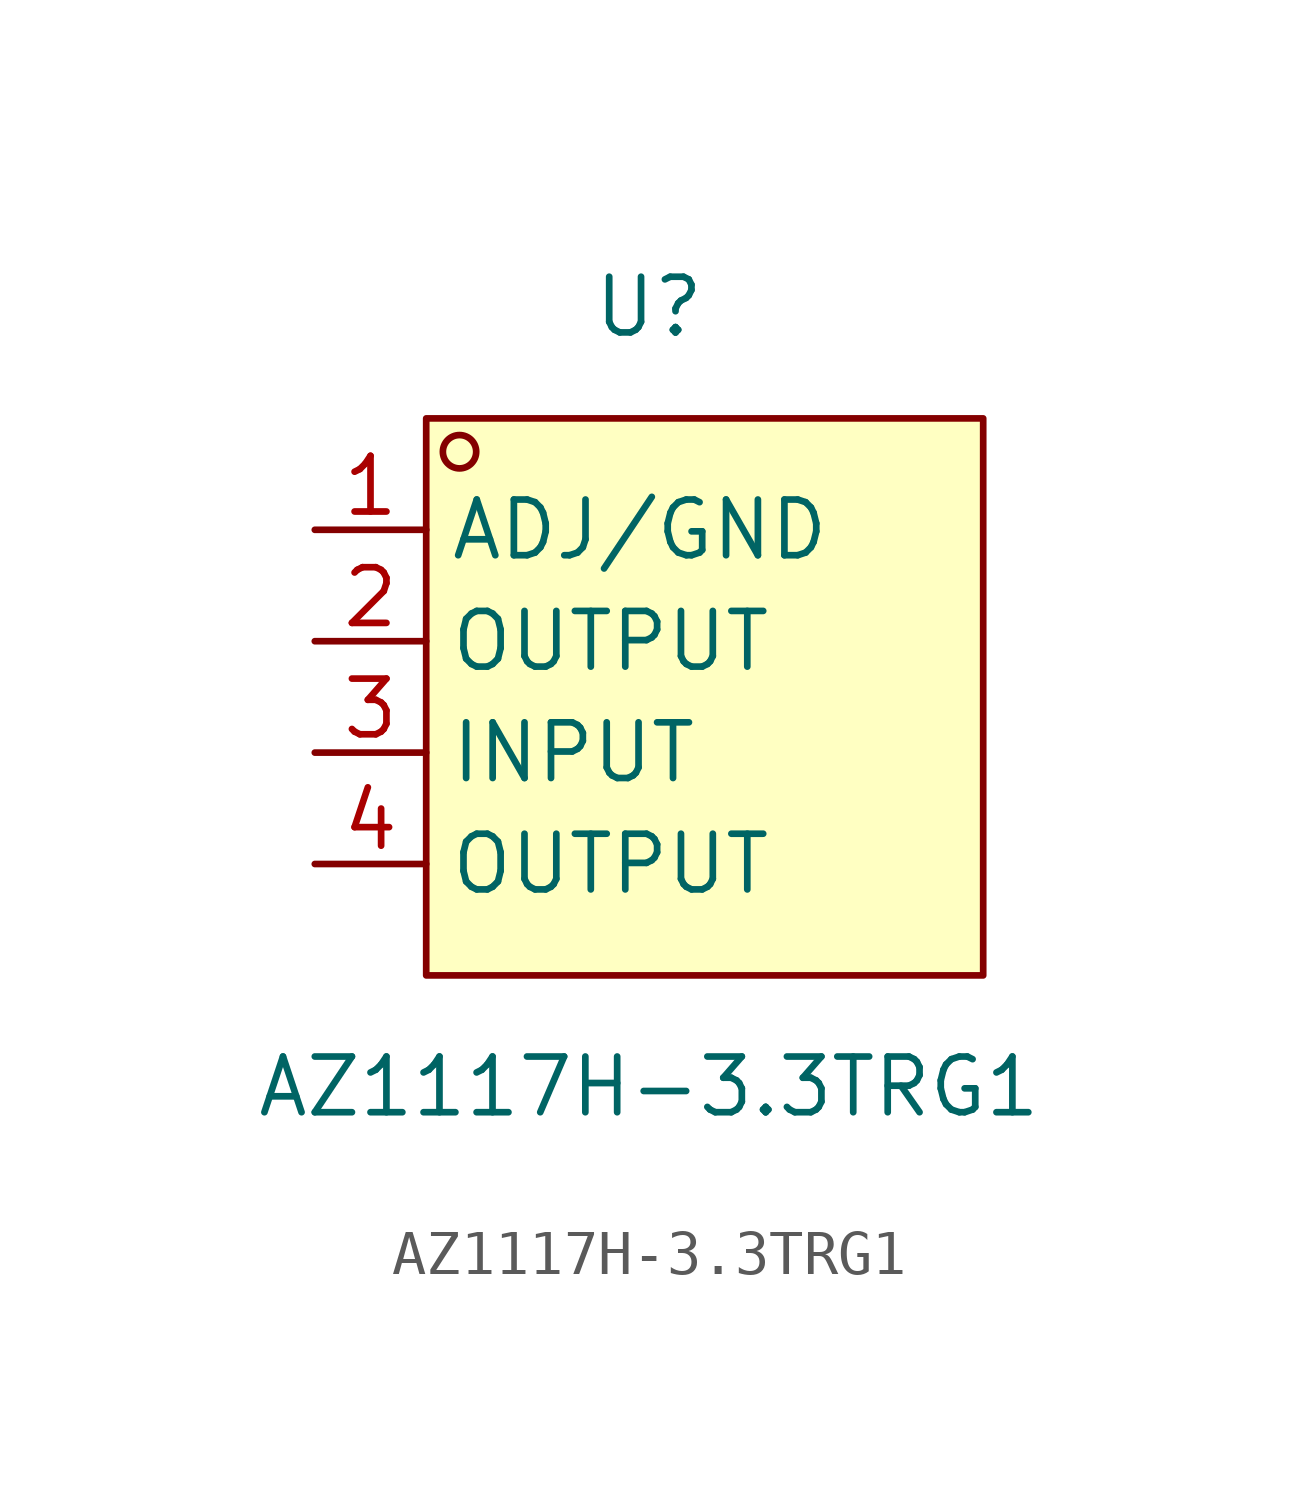
<source format=kicad_sym>
(kicad_symbol_lib
  (version 20211014)
  (generator https://github.com/uPesy/easyeda2kicad.py)
  (symbol "AZ1117H-3.3TRG1"
    (property "Reference" "U"
      (at 0 8.89 0)
      (effects (font (size 1.27 1.27))))
    (property "Value" "AZ1117H-3.3TRG1"
      (at 0 -8.89 0)
      (effects (font (size 1.27 1.27))))
    (symbol "AZ1117H-3.3TRG1_0_1"
      (rectangle (start -5.08 6.35) (end 7.62 -6.35) (stroke (width 0) (type default) (color 0 0 0 0)) (fill (type background)))
      (circle (center -4.32 5.59) (radius 0.38) (stroke (width 0) (type default) (color 0 0 0 0)) (fill (type none)))
      (pin unspecified line (at -7.62 3.81 0) (length 2.54) (name "ADJ/GND" (effects (font (size 1.27 1.27)))) (number "1" (effects (font (size 1.27 1.27)))))
      (pin unspecified line (at -7.62 1.27 0) (length 2.54) (name "OUTPUT" (effects (font (size 1.27 1.27)))) (number "2" (effects (font (size 1.27 1.27)))))
      (pin unspecified line (at -7.62 -1.27 0) (length 2.54) (name "INPUT" (effects (font (size 1.27 1.27)))) (number "3" (effects (font (size 1.27 1.27)))))
      (pin unspecified line (at -7.62 -3.81 0) (length 2.54) (name "OUTPUT" (effects (font (size 1.27 1.27)))) (number "4" (effects (font (size 1.27 1.27))))))))
</source>
